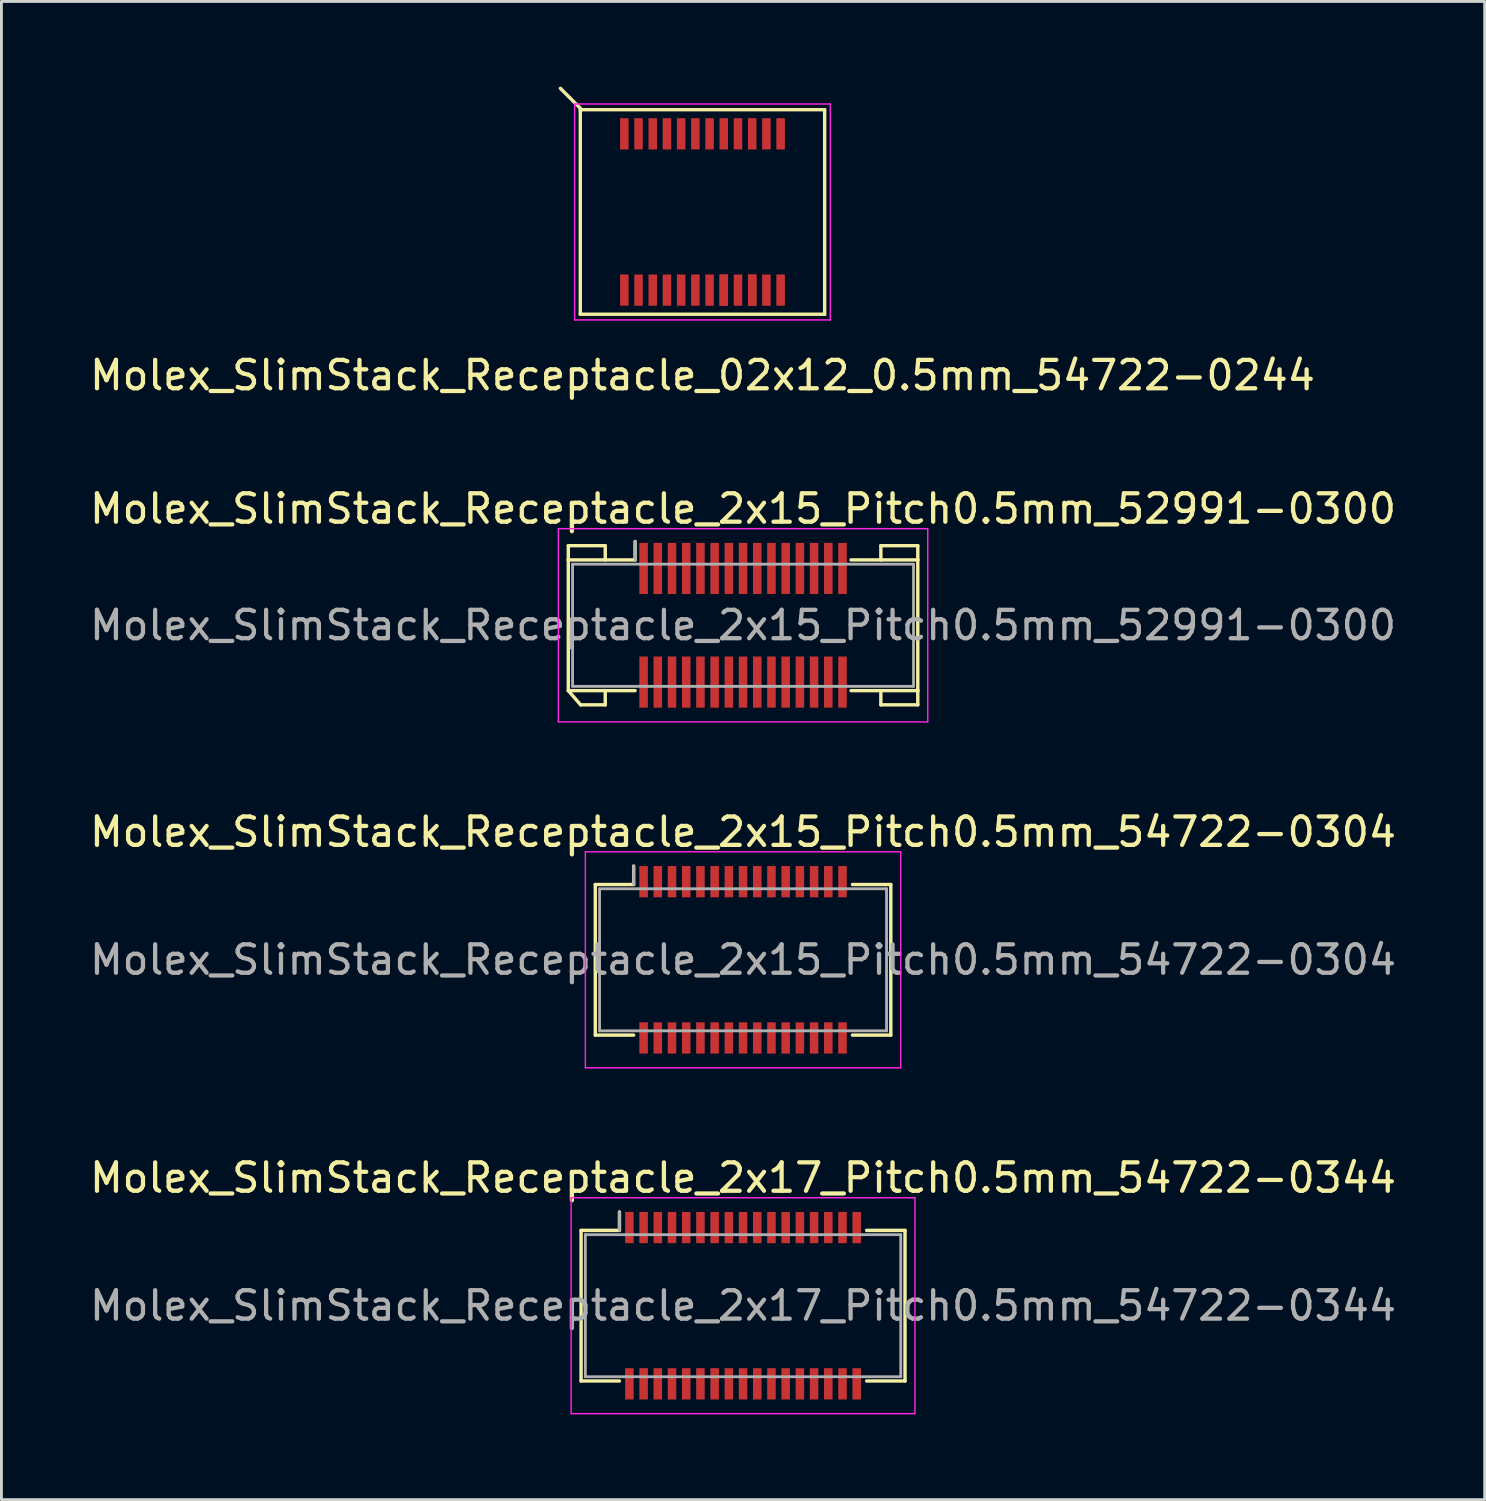
<source format=kicad_pcb>
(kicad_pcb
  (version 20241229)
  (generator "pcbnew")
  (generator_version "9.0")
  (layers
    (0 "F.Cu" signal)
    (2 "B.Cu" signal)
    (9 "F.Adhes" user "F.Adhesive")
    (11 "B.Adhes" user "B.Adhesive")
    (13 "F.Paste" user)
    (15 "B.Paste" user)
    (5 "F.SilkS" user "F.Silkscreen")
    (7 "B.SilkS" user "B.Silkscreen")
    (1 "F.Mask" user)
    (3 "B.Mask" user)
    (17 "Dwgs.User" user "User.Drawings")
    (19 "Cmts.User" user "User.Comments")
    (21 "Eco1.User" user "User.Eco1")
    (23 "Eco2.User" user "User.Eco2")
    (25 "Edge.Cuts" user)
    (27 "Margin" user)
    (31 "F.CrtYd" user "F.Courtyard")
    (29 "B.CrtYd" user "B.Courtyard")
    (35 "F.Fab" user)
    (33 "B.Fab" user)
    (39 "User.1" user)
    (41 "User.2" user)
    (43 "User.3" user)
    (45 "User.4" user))
  (footprint "Molex_SlimStack_Receptacle_02x12_0.5mm_54722-0244"
    (layer "F.Cu")
    (at 21.673 4.41)
    (property "Reference" "Molex_SlimStack_Receptacle_02x12_0.5mm_54722-0244" (at 0 5.75 0) (layer "F.SilkS") (effects (font (size 1 1) (thickness 0.15))))
    (attr smd)
    (fp_line (start -4.3 -3.6) (end -4.3 3.6) (stroke (width 0.12) (type solid)) (layer "F.SilkS"))
    (fp_line (start -4.3 3.6) (end 4.3 3.6) (stroke (width 0.12) (type solid)) (layer "F.SilkS"))
    (fp_line (start -4.25 -3.6) (end -5 -4.35) (stroke (width 0.12) (type solid)) (layer "F.SilkS"))
    (fp_line (start 4.3 -3.6) (end -4.3 -3.6) (stroke (width 0.12) (type solid)) (layer "F.SilkS"))
    (fp_line (start 4.3 3.6) (end 4.3 -3.6) (stroke (width 0.12) (type solid)) (layer "F.SilkS"))
    (fp_line (start -4.5 -3.8) (end -4.5 3.8) (stroke (width 0.05) (type solid)) (layer "F.CrtYd"))
    (fp_line (start -4.5 3.8) (end 4.5 3.8) (stroke (width 0.05) (type solid)) (layer "F.CrtYd"))
    (fp_line (start 4.5 -3.8) (end -4.5 -3.8) (stroke (width 0.05) (type solid)) (layer "F.CrtYd"))
    (fp_line (start 4.5 3.8) (end 4.5 -3.8) (stroke (width 0.05) (type solid)) (layer "F.CrtYd"))
    (pad "1" smd rect (at -2.75 -2.75) (size 0.3 1.1) (layers "F.Cu" "F.Mask" "F.Paste"))
    (pad "2" smd rect (at -2.75 2.75) (size 0.3 1.1) (layers "F.Cu" "F.Mask" "F.Paste"))
    (pad "3" smd rect (at -2.25 -2.75) (size 0.3 1.1) (layers "F.Cu" "F.Mask" "F.Paste"))
    (pad "4" smd rect (at -2.25 2.75) (size 0.3 1.1) (layers "F.Cu" "F.Mask" "F.Paste"))
    (pad "5" smd rect (at -1.75 -2.75) (size 0.3 1.1) (layers "F.Cu" "F.Mask" "F.Paste"))
    (pad "6" smd rect (at -1.75 2.75) (size 0.3 1.1) (layers "F.Cu" "F.Mask" "F.Paste"))
    (pad "7" smd rect (at -1.25 -2.75) (size 0.3 1.1) (layers "F.Cu" "F.Mask" "F.Paste"))
    (pad "8" smd rect (at -1.25 2.75) (size 0.3 1.1) (layers "F.Cu" "F.Mask" "F.Paste"))
    (pad "9" smd rect (at -0.75 -2.75) (size 0.3 1.1) (layers "F.Cu" "F.Mask" "F.Paste"))
    (pad "10" smd rect (at -0.75 2.75) (size 0.3 1.1) (layers "F.Cu" "F.Mask" "F.Paste"))
    (pad "11" smd rect (at -0.25 -2.75) (size 0.3 1.1) (layers "F.Cu" "F.Mask" "F.Paste"))
    (pad "12" smd rect (at -0.25 2.75) (size 0.3 1.1) (layers "F.Cu" "F.Mask" "F.Paste"))
    (pad "13" smd rect (at 0.25 -2.75) (size 0.3 1.1) (layers "F.Cu" "F.Mask" "F.Paste"))
    (pad "14" smd rect (at 0.25 2.75) (size 0.3 1.1) (layers "F.Cu" "F.Mask" "F.Paste"))
    (pad "15" smd rect (at 0.75 -2.75) (size 0.3 1.1) (layers "F.Cu" "F.Mask" "F.Paste"))
    (pad "16" smd rect (at 0.75 2.75) (size 0.3 1.1) (layers "F.Cu" "F.Mask" "F.Paste"))
    (pad "16" smd rect (at 0.75 2.75) (size 0.3 1.1) (layers "F.Cu" "F.Mask" "F.Paste"))
    (pad "17" smd rect (at 1.25 -2.75) (size 0.3 1.1) (layers "F.Cu" "F.Mask" "F.Paste"))
    (pad "18" smd rect (at 1.25 2.75) (size 0.3 1.1) (layers "F.Cu" "F.Mask" "F.Paste"))
    (pad "19" smd rect (at 1.75 -2.75) (size 0.3 1.1) (layers "F.Cu" "F.Mask" "F.Paste"))
    (pad "20" smd rect (at 1.75 2.75) (size 0.3 1.1) (layers "F.Cu" "F.Mask" "F.Paste"))
    (pad "20" smd rect (at 1.75 2.75) (size 0.3 1.1) (layers "F.Cu" "F.Mask" "F.Paste"))
    (pad "21" smd rect (at 2.25 -2.75) (size 0.3 1.1) (layers "F.Cu" "F.Mask" "F.Paste"))
    (pad "22" smd rect (at 2.25 2.75) (size 0.3 1.1) (layers "F.Cu" "F.Mask" "F.Paste"))
    (pad "23" smd rect (at 2.75 -2.75) (size 0.3 1.1) (layers "F.Cu" "F.Mask" "F.Paste"))
    (pad "24" smd rect (at 2.75 2.75) (size 0.3 1.1) (layers "F.Cu" "F.Mask" "F.Paste")))
  (footprint "Molex_SlimStack_Receptacle_2x15_Pitch0.5mm_54722-0304"
    (layer "F.Cu")
    (at 23.101 30.73)
    (property "Reference" "Molex_SlimStack_Receptacle_2x15_Pitch0.5mm_54722-0304" (at 0 -4.5 0) (layer "F.SilkS") (effects (font (size 1 1) (thickness 0.15))))
    (attr smd)
    (fp_line (start -5.2 -2.65) (end -3.85 -2.65) (stroke (width 0.12) (type solid)) (layer "F.SilkS"))
    (fp_line (start -5.2 2.65) (end -5.2 -2.65) (stroke (width 0.12) (type solid)) (layer "F.SilkS"))
    (fp_line (start -3.85 -2.65) (end -3.85 -3.3) (stroke (width 0.12) (type solid)) (layer "F.SilkS"))
    (fp_line (start -3.85 2.65) (end -5.2 2.65) (stroke (width 0.12) (type solid)) (layer "F.SilkS"))
    (fp_line (start 3.85 2.65) (end 5.2 2.65) (stroke (width 0.12) (type solid)) (layer "F.SilkS"))
    (fp_line (start 5.2 -2.65) (end 3.85 -2.65) (stroke (width 0.12) (type solid)) (layer "F.SilkS"))
    (fp_line (start 5.2 2.65) (end 5.2 -2.65) (stroke (width 0.12) (type solid)) (layer "F.SilkS"))
    (fp_line (start -5.55 -3.8) (end -5.55 3.8) (stroke (width 0.05) (type solid)) (layer "F.CrtYd"))
    (fp_line (start -5.55 3.8) (end 5.55 3.8) (stroke (width 0.05) (type solid)) (layer "F.CrtYd"))
    (fp_line (start 5.55 -3.8) (end -5.55 -3.8) (stroke (width 0.05) (type solid)) (layer "F.CrtYd"))
    (fp_line (start 5.55 3.8) (end 5.55 -3.8) (stroke (width 0.05) (type solid)) (layer "F.CrtYd"))
    (fp_line (start -5.05 -2.5) (end -5.05 2.5) (stroke (width 0.1) (type solid)) (layer "F.Fab"))
    (fp_line (start -5.05 2.5) (end 5.05 2.5) (stroke (width 0.1) (type solid)) (layer "F.Fab"))
    (fp_line (start -3.85 -2.65) (end -3.85 -3.3) (stroke (width 0.1) (type solid)) (layer "F.Fab"))
    (fp_line (start 5.05 -2.5) (end -5.05 -2.5) (stroke (width 0.1) (type solid)) (layer "F.Fab"))
    (fp_line (start 5.05 2.5) (end 5.05 -2.5) (stroke (width 0.1) (type solid)) (layer "F.Fab"))
    (fp_text user "${REFERENCE}" (at 0 0 0) (layer "F.Fab") (effects (font (size 1 1) (thickness 0.15))))
    (pad "1" smd rect (at -3.5 -2.75) (size 0.3 1.1) (layers "F.Cu" "F.Mask" "F.Paste"))
    (pad "2" smd rect (at -3.5 2.75) (size 0.3 1.1) (layers "F.Cu" "F.Mask" "F.Paste"))
    (pad "3" smd rect (at -3 -2.75) (size 0.3 1.1) (layers "F.Cu" "F.Mask" "F.Paste"))
    (pad "4" smd rect (at -3 2.75) (size 0.3 1.1) (layers "F.Cu" "F.Mask" "F.Paste"))
    (pad "5" smd rect (at -2.5 -2.75) (size 0.3 1.1) (layers "F.Cu" "F.Mask" "F.Paste"))
    (pad "6" smd rect (at -2.5 2.75) (size 0.3 1.1) (layers "F.Cu" "F.Mask" "F.Paste"))
    (pad "7" smd rect (at -2 -2.75) (size 0.3 1.1) (layers "F.Cu" "F.Mask" "F.Paste"))
    (pad "8" smd rect (at -2 2.75) (size 0.3 1.1) (layers "F.Cu" "F.Mask" "F.Paste"))
    (pad "9" smd rect (at -1.5 -2.75) (size 0.3 1.1) (layers "F.Cu" "F.Mask" "F.Paste"))
    (pad "10" smd rect (at -1.5 2.75) (size 0.3 1.1) (layers "F.Cu" "F.Mask" "F.Paste"))
    (pad "11" smd rect (at -1 -2.75) (size 0.3 1.1) (layers "F.Cu" "F.Mask" "F.Paste"))
    (pad "12" smd rect (at -1 2.75) (size 0.3 1.1) (layers "F.Cu" "F.Mask" "F.Paste"))
    (pad "13" smd rect (at -0.5 -2.75) (size 0.3 1.1) (layers "F.Cu" "F.Mask" "F.Paste"))
    (pad "14" smd rect (at -0.5 2.75) (size 0.3 1.1) (layers "F.Cu" "F.Mask" "F.Paste"))
    (pad "15" smd rect (at 0 -2.75) (size 0.3 1.1) (layers "F.Cu" "F.Mask" "F.Paste"))
    (pad "16" smd rect (at 0 2.75) (size 0.3 1.1) (layers "F.Cu" "F.Mask" "F.Paste"))
    (pad "17" smd rect (at 0.5 -2.75) (size 0.3 1.1) (layers "F.Cu" "F.Mask" "F.Paste"))
    (pad "18" smd rect (at 0.5 2.75) (size 0.3 1.1) (layers "F.Cu" "F.Mask" "F.Paste"))
    (pad "19" smd rect (at 1 -2.75) (size 0.3 1.1) (layers "F.Cu" "F.Mask" "F.Paste"))
    (pad "20" smd rect (at 1 2.75) (size 0.3 1.1) (layers "F.Cu" "F.Mask" "F.Paste"))
    (pad "21" smd rect (at 1.5 -2.75) (size 0.3 1.1) (layers "F.Cu" "F.Mask" "F.Paste"))
    (pad "22" smd rect (at 1.5 2.75) (size 0.3 1.1) (layers "F.Cu" "F.Mask" "F.Paste"))
    (pad "23" smd rect (at 2 -2.75) (size 0.3 1.1) (layers "F.Cu" "F.Mask" "F.Paste"))
    (pad "24" smd rect (at 2 2.75) (size 0.3 1.1) (layers "F.Cu" "F.Mask" "F.Paste"))
    (pad "25" smd rect (at 2.5 -2.75) (size 0.3 1.1) (layers "F.Cu" "F.Mask" "F.Paste"))
    (pad "26" smd rect (at 2.5 2.75) (size 0.3 1.1) (layers "F.Cu" "F.Mask" "F.Paste"))
    (pad "27" smd rect (at 3 -2.75) (size 0.3 1.1) (layers "F.Cu" "F.Mask" "F.Paste"))
    (pad "28" smd rect (at 3 2.75) (size 0.3 1.1) (layers "F.Cu" "F.Mask" "F.Paste"))
    (pad "29" smd rect (at 3.5 -2.75) (size 0.3 1.1) (layers "F.Cu" "F.Mask" "F.Paste"))
    (pad "30" smd rect (at 3.5 2.75) (size 0.3 1.1) (layers "F.Cu" "F.Mask" "F.Paste")))
  (footprint "Molex_SlimStack_Receptacle_2x15_Pitch0.5mm_52991-0300"
    (layer "F.Cu")
    (at 23.101 18.956)
    (property "Reference" "Molex_SlimStack_Receptacle_2x15_Pitch0.5mm_52991-0300" (at 0 -4.1 0) (layer "F.SilkS") (effects (font (size 1 1) (thickness 0.15))))
    (attr smd)
    (fp_line (start -6.15 -2.8) (end -4.85 -2.8) (stroke (width 0.12) (type solid)) (layer "F.SilkS"))
    (fp_line (start -6.15 -2.3) (end -6.15 -2.8) (stroke (width 0.12) (type solid)) (layer "F.SilkS"))
    (fp_line (start -6.15 -2.3) (end -3.8 -2.3) (stroke (width 0.12) (type solid)) (layer "F.SilkS"))
    (fp_line (start -6.15 2.3) (end -6.15 -2.3) (stroke (width 0.12) (type solid)) (layer "F.SilkS"))
    (fp_line (start -6.15 2.3) (end -5.717 2.8) (stroke (width 0.12) (type solid)) (layer "F.SilkS"))
    (fp_line (start -5.717 2.8) (end -4.85 2.8) (stroke (width 0.12) (type solid)) (layer "F.SilkS"))
    (fp_line (start -4.85 -2.8) (end -4.85 -2.3) (stroke (width 0.12) (type solid)) (layer "F.SilkS"))
    (fp_line (start -4.85 2.8) (end -4.85 2.3) (stroke (width 0.12) (type solid)) (layer "F.SilkS"))
    (fp_line (start -3.8 -2.3) (end -3.8 -2.95) (stroke (width 0.12) (type solid)) (layer "F.SilkS"))
    (fp_line (start -3.8 2.3) (end -6.15 2.3) (stroke (width 0.12) (type solid)) (layer "F.SilkS"))
    (fp_line (start 3.8 2.3) (end 6.15 2.3) (stroke (width 0.12) (type solid)) (layer "F.SilkS"))
    (fp_line (start 4.85 -2.8) (end 4.85 -2.3) (stroke (width 0.12) (type solid)) (layer "F.SilkS"))
    (fp_line (start 4.85 2.8) (end 4.85 2.3) (stroke (width 0.12) (type solid)) (layer "F.SilkS"))
    (fp_line (start 6.15 -2.8) (end 4.85 -2.8) (stroke (width 0.12) (type solid)) (layer "F.SilkS"))
    (fp_line (start 6.15 -2.3) (end 3.8 -2.3) (stroke (width 0.12) (type solid)) (layer "F.SilkS"))
    (fp_line (start 6.15 -2.3) (end 6.15 -2.8) (stroke (width 0.12) (type solid)) (layer "F.SilkS"))
    (fp_line (start 6.15 2.3) (end 6.15 -2.3) (stroke (width 0.12) (type solid)) (layer "F.SilkS"))
    (fp_line (start 6.15 2.3) (end 6.15 2.8) (stroke (width 0.12) (type solid)) (layer "F.SilkS"))
    (fp_line (start 6.15 2.8) (end 4.85 2.8) (stroke (width 0.12) (type solid)) (layer "F.SilkS"))
    (fp_line (start -6.5 -3.4) (end -6.5 3.4) (stroke (width 0.05) (type solid)) (layer "F.CrtYd"))
    (fp_line (start -6.5 3.4) (end 6.5 3.4) (stroke (width 0.05) (type solid)) (layer "F.CrtYd"))
    (fp_line (start 6.5 -3.4) (end -6.5 -3.4) (stroke (width 0.05) (type solid)) (layer "F.CrtYd"))
    (fp_line (start 6.5 3.4) (end 6.5 -3.4) (stroke (width 0.05) (type solid)) (layer "F.CrtYd"))
    (fp_line (start -6 -2.15) (end -6 2.15) (stroke (width 0.1) (type solid)) (layer "F.Fab"))
    (fp_line (start -6 2.15) (end 6 2.15) (stroke (width 0.1) (type solid)) (layer "F.Fab"))
    (fp_line (start -3.8 -2.3) (end -3.8 -2.95) (stroke (width 0.1) (type solid)) (layer "F.Fab"))
    (fp_line (start 6 -2.15) (end -6 -2.15) (stroke (width 0.1) (type solid)) (layer "F.Fab"))
    (fp_line (start 6 2.15) (end 6 -2.15) (stroke (width 0.1) (type solid)) (layer "F.Fab"))
    (fp_text user "${REFERENCE}" (at 0 0 0) (layer "F.Fab") (effects (font (size 1 1) (thickness 0.15))))
    (pad "1" smd rect (at -3.5 -2) (size 0.3 1.8) (layers "F.Cu" "F.Mask" "F.Paste"))
    (pad "2" smd rect (at -3.5 2) (size 0.3 1.8) (layers "F.Cu" "F.Mask" "F.Paste"))
    (pad "3" smd rect (at -3 -2) (size 0.3 1.8) (layers "F.Cu" "F.Mask" "F.Paste"))
    (pad "4" smd rect (at -3 2) (size 0.3 1.8) (layers "F.Cu" "F.Mask" "F.Paste"))
    (pad "5" smd rect (at -2.5 -2) (size 0.3 1.8) (layers "F.Cu" "F.Mask" "F.Paste"))
    (pad "6" smd rect (at -2.5 2) (size 0.3 1.8) (layers "F.Cu" "F.Mask" "F.Paste"))
    (pad "7" smd rect (at -2 -2) (size 0.3 1.8) (layers "F.Cu" "F.Mask" "F.Paste"))
    (pad "8" smd rect (at -2 2) (size 0.3 1.8) (layers "F.Cu" "F.Mask" "F.Paste"))
    (pad "9" smd rect (at -1.5 -2) (size 0.3 1.8) (layers "F.Cu" "F.Mask" "F.Paste"))
    (pad "10" smd rect (at -1.5 2) (size 0.3 1.8) (layers "F.Cu" "F.Mask" "F.Paste"))
    (pad "11" smd rect (at -1 -2) (size 0.3 1.8) (layers "F.Cu" "F.Mask" "F.Paste"))
    (pad "12" smd rect (at -1 2) (size 0.3 1.8) (layers "F.Cu" "F.Mask" "F.Paste"))
    (pad "13" smd rect (at -0.5 -2) (size 0.3 1.8) (layers "F.Cu" "F.Mask" "F.Paste"))
    (pad "14" smd rect (at -0.5 2) (size 0.3 1.8) (layers "F.Cu" "F.Mask" "F.Paste"))
    (pad "15" smd rect (at 0 -2) (size 0.3 1.8) (layers "F.Cu" "F.Mask" "F.Paste"))
    (pad "16" smd rect (at 0 2) (size 0.3 1.8) (layers "F.Cu" "F.Mask" "F.Paste"))
    (pad "17" smd rect (at 0.5 -2) (size 0.3 1.8) (layers "F.Cu" "F.Mask" "F.Paste"))
    (pad "18" smd rect (at 0.5 2) (size 0.3 1.8) (layers "F.Cu" "F.Mask" "F.Paste"))
    (pad "19" smd rect (at 1 -2) (size 0.3 1.8) (layers "F.Cu" "F.Mask" "F.Paste"))
    (pad "20" smd rect (at 1 2) (size 0.3 1.8) (layers "F.Cu" "F.Mask" "F.Paste"))
    (pad "21" smd rect (at 1.5 -2) (size 0.3 1.8) (layers "F.Cu" "F.Mask" "F.Paste"))
    (pad "22" smd rect (at 1.5 2) (size 0.3 1.8) (layers "F.Cu" "F.Mask" "F.Paste"))
    (pad "23" smd rect (at 2 -2) (size 0.3 1.8) (layers "F.Cu" "F.Mask" "F.Paste"))
    (pad "24" smd rect (at 2 2) (size 0.3 1.8) (layers "F.Cu" "F.Mask" "F.Paste"))
    (pad "25" smd rect (at 2.5 -2) (size 0.3 1.8) (layers "F.Cu" "F.Mask" "F.Paste"))
    (pad "26" smd rect (at 2.5 2) (size 0.3 1.8) (layers "F.Cu" "F.Mask" "F.Paste"))
    (pad "27" smd rect (at 3 -2) (size 0.3 1.8) (layers "F.Cu" "F.Mask" "F.Paste"))
    (pad "28" smd rect (at 3 2) (size 0.3 1.8) (layers "F.Cu" "F.Mask" "F.Paste"))
    (pad "29" smd rect (at 3.5 -2) (size 0.3 1.8) (layers "F.Cu" "F.Mask" "F.Paste"))
    (pad "30" smd rect (at 3.5 2) (size 0.3 1.8) (layers "F.Cu" "F.Mask" "F.Paste")))
  (footprint "Molex_SlimStack_Receptacle_2x17_Pitch0.5mm_54722-0344"
    (layer "F.Cu")
    (at 23.101 42.903)
    (property "Reference" "Molex_SlimStack_Receptacle_2x17_Pitch0.5mm_54722-0344" (at 0 -4.5 0) (layer "F.SilkS") (effects (font (size 1 1) (thickness 0.15))))
    (attr smd)
    (fp_line (start -5.7 -2.65) (end -4.35 -2.65) (stroke (width 0.12) (type solid)) (layer "F.SilkS"))
    (fp_line (start -5.7 2.65) (end -5.7 -2.65) (stroke (width 0.12) (type solid)) (layer "F.SilkS"))
    (fp_line (start -4.35 -2.65) (end -4.35 -3.3) (stroke (width 0.12) (type solid)) (layer "F.SilkS"))
    (fp_line (start -4.35 2.65) (end -5.7 2.65) (stroke (width 0.12) (type solid)) (layer "F.SilkS"))
    (fp_line (start 4.35 2.65) (end 5.7 2.65) (stroke (width 0.12) (type solid)) (layer "F.SilkS"))
    (fp_line (start 5.7 -2.65) (end 4.35 -2.65) (stroke (width 0.12) (type solid)) (layer "F.SilkS"))
    (fp_line (start 5.7 2.65) (end 5.7 -2.65) (stroke (width 0.12) (type solid)) (layer "F.SilkS"))
    (fp_line (start -6.05 -3.8) (end -6.05 3.8) (stroke (width 0.05) (type solid)) (layer "F.CrtYd"))
    (fp_line (start -6.05 3.8) (end 6.05 3.8) (stroke (width 0.05) (type solid)) (layer "F.CrtYd"))
    (fp_line (start 6.05 -3.8) (end -6.05 -3.8) (stroke (width 0.05) (type solid)) (layer "F.CrtYd"))
    (fp_line (start 6.05 3.8) (end 6.05 -3.8) (stroke (width 0.05) (type solid)) (layer "F.CrtYd"))
    (fp_line (start -5.55 -2.5) (end -5.55 2.5) (stroke (width 0.1) (type solid)) (layer "F.Fab"))
    (fp_line (start -5.55 2.5) (end 5.55 2.5) (stroke (width 0.1) (type solid)) (layer "F.Fab"))
    (fp_line (start -4.35 -2.65) (end -4.35 -3.3) (stroke (width 0.1) (type solid)) (layer "F.Fab"))
    (fp_line (start 5.55 -2.5) (end -5.55 -2.5) (stroke (width 0.1) (type solid)) (layer "F.Fab"))
    (fp_line (start 5.55 2.5) (end 5.55 -2.5) (stroke (width 0.1) (type solid)) (layer "F.Fab"))
    (fp_text user "${REFERENCE}" (at 0 0 0) (layer "F.Fab") (effects (font (size 1 1) (thickness 0.15))))
    (pad "1" smd rect (at -4 -2.75) (size 0.3 1.1) (layers "F.Cu" "F.Mask" "F.Paste"))
    (pad "2" smd rect (at -4 2.75) (size 0.3 1.1) (layers "F.Cu" "F.Mask" "F.Paste"))
    (pad "3" smd rect (at -3.5 -2.75) (size 0.3 1.1) (layers "F.Cu" "F.Mask" "F.Paste"))
    (pad "4" smd rect (at -3.5 2.75) (size 0.3 1.1) (layers "F.Cu" "F.Mask" "F.Paste"))
    (pad "5" smd rect (at -3 -2.75) (size 0.3 1.1) (layers "F.Cu" "F.Mask" "F.Paste"))
    (pad "6" smd rect (at -3 2.75) (size 0.3 1.1) (layers "F.Cu" "F.Mask" "F.Paste"))
    (pad "7" smd rect (at -2.5 -2.75) (size 0.3 1.1) (layers "F.Cu" "F.Mask" "F.Paste"))
    (pad "8" smd rect (at -2.5 2.75) (size 0.3 1.1) (layers "F.Cu" "F.Mask" "F.Paste"))
    (pad "9" smd rect (at -2 -2.75) (size 0.3 1.1) (layers "F.Cu" "F.Mask" "F.Paste"))
    (pad "10" smd rect (at -2 2.75) (size 0.3 1.1) (layers "F.Cu" "F.Mask" "F.Paste"))
    (pad "11" smd rect (at -1.5 -2.75) (size 0.3 1.1) (layers "F.Cu" "F.Mask" "F.Paste"))
    (pad "12" smd rect (at -1.5 2.75) (size 0.3 1.1) (layers "F.Cu" "F.Mask" "F.Paste"))
    (pad "13" smd rect (at -1 -2.75) (size 0.3 1.1) (layers "F.Cu" "F.Mask" "F.Paste"))
    (pad "14" smd rect (at -1 2.75) (size 0.3 1.1) (layers "F.Cu" "F.Mask" "F.Paste"))
    (pad "15" smd rect (at -0.5 -2.75) (size 0.3 1.1) (layers "F.Cu" "F.Mask" "F.Paste"))
    (pad "16" smd rect (at -0.5 2.75) (size 0.3 1.1) (layers "F.Cu" "F.Mask" "F.Paste"))
    (pad "17" smd rect (at 0 -2.75) (size 0.3 1.1) (layers "F.Cu" "F.Mask" "F.Paste"))
    (pad "18" smd rect (at 0 2.75) (size 0.3 1.1) (layers "F.Cu" "F.Mask" "F.Paste"))
    (pad "19" smd rect (at 0.5 -2.75) (size 0.3 1.1) (layers "F.Cu" "F.Mask" "F.Paste"))
    (pad "20" smd rect (at 0.5 2.75) (size 0.3 1.1) (layers "F.Cu" "F.Mask" "F.Paste"))
    (pad "21" smd rect (at 1 -2.75) (size 0.3 1.1) (layers "F.Cu" "F.Mask" "F.Paste"))
    (pad "22" smd rect (at 1 2.75) (size 0.3 1.1) (layers "F.Cu" "F.Mask" "F.Paste"))
    (pad "23" smd rect (at 1.5 -2.75) (size 0.3 1.1) (layers "F.Cu" "F.Mask" "F.Paste"))
    (pad "24" smd rect (at 1.5 2.75) (size 0.3 1.1) (layers "F.Cu" "F.Mask" "F.Paste"))
    (pad "25" smd rect (at 2 -2.75) (size 0.3 1.1) (layers "F.Cu" "F.Mask" "F.Paste"))
    (pad "26" smd rect (at 2 2.75) (size 0.3 1.1) (layers "F.Cu" "F.Mask" "F.Paste"))
    (pad "27" smd rect (at 2.5 -2.75) (size 0.3 1.1) (layers "F.Cu" "F.Mask" "F.Paste"))
    (pad "28" smd rect (at 2.5 2.75) (size 0.3 1.1) (layers "F.Cu" "F.Mask" "F.Paste"))
    (pad "29" smd rect (at 3 -2.75) (size 0.3 1.1) (layers "F.Cu" "F.Mask" "F.Paste"))
    (pad "30" smd rect (at 3 2.75) (size 0.3 1.1) (layers "F.Cu" "F.Mask" "F.Paste"))
    (pad "31" smd rect (at 3.5 -2.75) (size 0.3 1.1) (layers "F.Cu" "F.Mask" "F.Paste"))
    (pad "32" smd rect (at 3.5 2.75) (size 0.3 1.1) (layers "F.Cu" "F.Mask" "F.Paste"))
    (pad "33" smd rect (at 4 -2.75) (size 0.3 1.1) (layers "F.Cu" "F.Mask" "F.Paste"))
    (pad "34" smd rect (at 4 2.75) (size 0.3 1.1) (layers "F.Cu" "F.Mask" "F.Paste")))
  (gr_rect
    (start -3 -3)
    (end 49.202 49.728)
    (stroke (width 0.1) (type default))
    (fill no)
    (layer "Edge.Cuts")))
</source>
